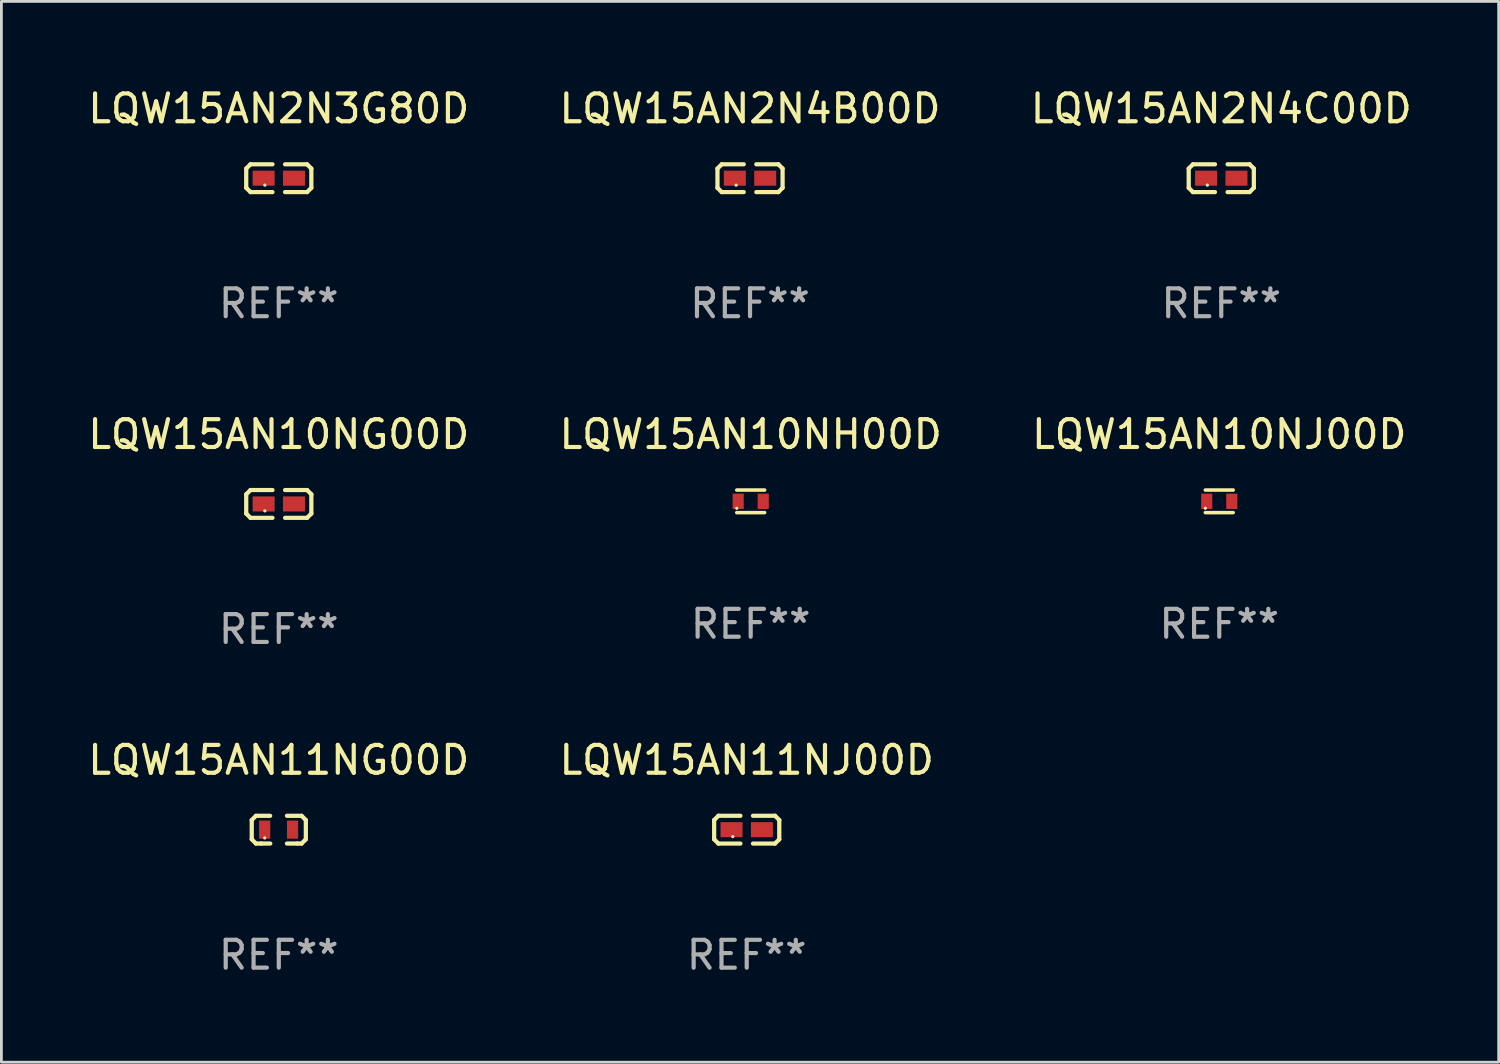
<source format=kicad_pcb>
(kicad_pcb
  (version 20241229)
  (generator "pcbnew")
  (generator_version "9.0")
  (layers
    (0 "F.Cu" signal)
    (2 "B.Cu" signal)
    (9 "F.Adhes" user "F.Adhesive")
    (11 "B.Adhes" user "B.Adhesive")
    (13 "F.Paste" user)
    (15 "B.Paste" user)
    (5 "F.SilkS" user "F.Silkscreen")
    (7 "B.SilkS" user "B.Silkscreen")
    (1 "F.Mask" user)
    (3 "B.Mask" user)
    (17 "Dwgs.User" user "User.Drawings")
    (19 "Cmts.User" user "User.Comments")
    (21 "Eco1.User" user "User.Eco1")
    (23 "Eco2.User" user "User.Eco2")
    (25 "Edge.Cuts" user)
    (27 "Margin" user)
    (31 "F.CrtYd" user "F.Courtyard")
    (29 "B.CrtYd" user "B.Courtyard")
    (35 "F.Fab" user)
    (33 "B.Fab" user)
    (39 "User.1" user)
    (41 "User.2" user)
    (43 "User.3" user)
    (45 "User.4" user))
  (footprint "LQW15AN2N3G80D"
    (layer "F.Cu")
    (at 6.958 3.347)
    (property "Reference" "LQW15AN2N3G80D" (at 0 -2.499 0) (layer "F.SilkS") (effects (font (size 1 1) (thickness 0.15))))
    (attr through_hole)
    (fp_line (start -1.169 -0.346) (end -1.016 -0.499) (stroke (width 0.152) (type solid)) (layer "F.SilkS"))
    (fp_line (start -1.169 0.346) (end -1.169 -0.346) (stroke (width 0.152) (type solid)) (layer "F.SilkS"))
    (fp_line (start -1.016 -0.499) (end -0.226 -0.499) (stroke (width 0.152) (type solid)) (layer "F.SilkS"))
    (fp_line (start -1.016 0.499) (end -1.169 0.346) (stroke (width 0.152) (type solid)) (layer "F.SilkS"))
    (fp_line (start -0.226 0.499) (end -1.016 0.499) (stroke (width 0.152) (type solid)) (layer "F.SilkS"))
    (fp_line (start 0.226 0.499) (end 1.016 0.499) (stroke (width 0.152) (type solid)) (layer "F.SilkS"))
    (fp_line (start 1.016 -0.499) (end 0.226 -0.499) (stroke (width 0.152) (type solid)) (layer "F.SilkS"))
    (fp_line (start 1.016 0.499) (end 1.169 0.346) (stroke (width 0.152) (type solid)) (layer "F.SilkS"))
    (fp_line (start 1.169 -0.346) (end 1.016 -0.499) (stroke (width 0.152) (type solid)) (layer "F.SilkS"))
    (fp_line (start 1.169 0.346) (end 1.169 -0.346) (stroke (width 0.152) (type solid)) (layer "F.SilkS"))
    (fp_circle (center -0.5 0.25) (end -0.47 0.25) (stroke (width 0.06) (type solid)) (fill no) (layer "F.SilkS"))
    (fp_text user "REF**" (at 0 4.499 0) (layer "F.Fab") (effects (font (size 1 1) (thickness 0.15))))
    (pad "1" smd rect (at -0.545 0) (size 0.79 0.54) (layers "F.Cu" "F.Mask" "F.Paste"))
    (pad "2" smd rect (at 0.545 0) (size 0.79 0.54) (layers "F.Cu" "F.Mask" "F.Paste")))
  (footprint "LQW15AN11NG00D"
    (layer "F.Cu")
    (at 6.958 26.734)
    (property "Reference" "LQW15AN11NG00D" (at 0 -2.498 0) (layer "F.SilkS") (effects (font (size 1 1) (thickness 0.15))))
    (attr through_hole)
    (fp_line (start -0.971 -0.345) (end -0.819 -0.498) (stroke (width 0.152) (type solid)) (layer "F.SilkS"))
    (fp_line (start -0.971 0.345) (end -0.971 -0.345) (stroke (width 0.152) (type solid)) (layer "F.SilkS"))
    (fp_line (start -0.819 -0.498) (end -0.31 -0.498) (stroke (width 0.152) (type solid)) (layer "F.SilkS"))
    (fp_line (start -0.819 0.498) (end -0.971 0.345) (stroke (width 0.152) (type solid)) (layer "F.SilkS"))
    (fp_line (start -0.636 0.498) (end -0.819 0.498) (stroke (width 0.152) (type solid)) (layer "F.SilkS"))
    (fp_line (start -0.636 0.498) (end -0.306 0.498) (stroke (width 0.152) (type solid)) (layer "F.SilkS"))
    (fp_line (start 0.664 0.498) (end 0.294 0.498) (stroke (width 0.152) (type solid)) (layer "F.SilkS"))
    (fp_line (start 0.664 0.498) (end 0.819 0.498) (stroke (width 0.152) (type solid)) (layer "F.SilkS"))
    (fp_line (start 0.819 -0.498) (end 0.294 -0.498) (stroke (width 0.152) (type solid)) (layer "F.SilkS"))
    (fp_line (start 0.819 0.498) (end 0.971 0.345) (stroke (width 0.152) (type solid)) (layer "F.SilkS"))
    (fp_line (start 0.971 -0.345) (end 0.819 -0.498) (stroke (width 0.152) (type solid)) (layer "F.SilkS"))
    (fp_line (start 0.971 0.345) (end 0.971 -0.345) (stroke (width 0.152) (type solid)) (layer "F.SilkS"))
    (fp_circle (center -0.506 0.298) (end -0.476 0.298) (stroke (width 0.06) (type solid)) (fill no) (layer "F.SilkS"))
    (fp_text user "REF**" (at 0 4.498 0) (layer "F.Fab") (effects (font (size 1 1) (thickness 0.15))))
    (pad "1" smd rect (at -0.506 -0.002 180) (size 0.4 0.65) (layers "F.Cu" "F.Mask" "F.Paste"))
    (pad "2" smd rect (at 0.494 -0.002) (size 0.4 0.65) (layers "F.Cu" "F.Mask" "F.Paste")))
  (footprint "LQW15AN10NG00D"
    (layer "F.Cu")
    (at 6.958 15.041)
    (property "Reference" "LQW15AN10NG00D" (at 0 -2.499 0) (layer "F.SilkS") (effects (font (size 1 1) (thickness 0.15))))
    (attr through_hole)
    (fp_line (start -1.169 -0.346) (end -1.016 -0.499) (stroke (width 0.152) (type solid)) (layer "F.SilkS"))
    (fp_line (start -1.169 0.346) (end -1.169 -0.346) (stroke (width 0.152) (type solid)) (layer "F.SilkS"))
    (fp_line (start -1.016 -0.499) (end -0.226 -0.499) (stroke (width 0.152) (type solid)) (layer "F.SilkS"))
    (fp_line (start -1.016 0.499) (end -1.169 0.346) (stroke (width 0.152) (type solid)) (layer "F.SilkS"))
    (fp_line (start -0.226 0.499) (end -1.016 0.499) (stroke (width 0.152) (type solid)) (layer "F.SilkS"))
    (fp_line (start 0.226 0.499) (end 1.016 0.499) (stroke (width 0.152) (type solid)) (layer "F.SilkS"))
    (fp_line (start 1.016 -0.499) (end 0.226 -0.499) (stroke (width 0.152) (type solid)) (layer "F.SilkS"))
    (fp_line (start 1.016 0.499) (end 1.169 0.346) (stroke (width 0.152) (type solid)) (layer "F.SilkS"))
    (fp_line (start 1.169 -0.346) (end 1.016 -0.499) (stroke (width 0.152) (type solid)) (layer "F.SilkS"))
    (fp_line (start 1.169 0.346) (end 1.169 -0.346) (stroke (width 0.152) (type solid)) (layer "F.SilkS"))
    (fp_circle (center -0.5 0.25) (end -0.47 0.25) (stroke (width 0.06) (type solid)) (fill no) (layer "F.SilkS"))
    (fp_text user "REF**" (at 0 4.499 0) (layer "F.Fab") (effects (font (size 1 1) (thickness 0.15))))
    (pad "1" smd rect (at -0.545 0) (size 0.79 0.54) (layers "F.Cu" "F.Mask" "F.Paste"))
    (pad "2" smd rect (at 0.545 0) (size 0.79 0.54) (layers "F.Cu" "F.Mask" "F.Paste")))
  (footprint "LQW15AN11NJ00D"
    (layer "F.Cu")
    (at 23.756 26.734)
    (property "Reference" "LQW15AN11NJ00D" (at 0 -2.499 0) (layer "F.SilkS") (effects (font (size 1 1) (thickness 0.15))))
    (attr through_hole)
    (fp_line (start -1.169 -0.346) (end -1.016 -0.499) (stroke (width 0.152) (type solid)) (layer "F.SilkS"))
    (fp_line (start -1.169 0.346) (end -1.169 -0.346) (stroke (width 0.152) (type solid)) (layer "F.SilkS"))
    (fp_line (start -1.016 -0.499) (end -0.226 -0.499) (stroke (width 0.152) (type solid)) (layer "F.SilkS"))
    (fp_line (start -1.016 0.499) (end -1.169 0.346) (stroke (width 0.152) (type solid)) (layer "F.SilkS"))
    (fp_line (start -0.226 0.499) (end -1.016 0.499) (stroke (width 0.152) (type solid)) (layer "F.SilkS"))
    (fp_line (start 0.226 0.499) (end 1.016 0.499) (stroke (width 0.152) (type solid)) (layer "F.SilkS"))
    (fp_line (start 1.016 -0.499) (end 0.226 -0.499) (stroke (width 0.152) (type solid)) (layer "F.SilkS"))
    (fp_line (start 1.016 0.499) (end 1.169 0.346) (stroke (width 0.152) (type solid)) (layer "F.SilkS"))
    (fp_line (start 1.169 -0.346) (end 1.016 -0.499) (stroke (width 0.152) (type solid)) (layer "F.SilkS"))
    (fp_line (start 1.169 0.346) (end 1.169 -0.346) (stroke (width 0.152) (type solid)) (layer "F.SilkS"))
    (fp_circle (center -0.5 0.25) (end -0.47 0.25) (stroke (width 0.06) (type solid)) (fill no) (layer "F.SilkS"))
    (fp_text user "REF**" (at 0 4.499 0) (layer "F.Fab") (effects (font (size 1 1) (thickness 0.15))))
    (pad "1" smd rect (at -0.545 0) (size 0.79 0.54) (layers "F.Cu" "F.Mask" "F.Paste"))
    (pad "2" smd rect (at 0.545 0) (size 0.79 0.54) (layers "F.Cu" "F.Mask" "F.Paste")))
  (footprint "LQW15AN2N4C00D"
    (layer "F.Cu")
    (at 40.792 3.347)
    (property "Reference" "LQW15AN2N4C00D" (at 0 -2.499 0) (layer "F.SilkS") (effects (font (size 1 1) (thickness 0.15))))
    (attr through_hole)
    (fp_line (start -1.169 -0.346) (end -1.016 -0.499) (stroke (width 0.152) (type solid)) (layer "F.SilkS"))
    (fp_line (start -1.169 0.346) (end -1.169 -0.346) (stroke (width 0.152) (type solid)) (layer "F.SilkS"))
    (fp_line (start -1.016 -0.499) (end -0.226 -0.499) (stroke (width 0.152) (type solid)) (layer "F.SilkS"))
    (fp_line (start -1.016 0.499) (end -1.169 0.346) (stroke (width 0.152) (type solid)) (layer "F.SilkS"))
    (fp_line (start -0.226 0.499) (end -1.016 0.499) (stroke (width 0.152) (type solid)) (layer "F.SilkS"))
    (fp_line (start 0.226 0.499) (end 1.016 0.499) (stroke (width 0.152) (type solid)) (layer "F.SilkS"))
    (fp_line (start 1.016 -0.499) (end 0.226 -0.499) (stroke (width 0.152) (type solid)) (layer "F.SilkS"))
    (fp_line (start 1.016 0.499) (end 1.169 0.346) (stroke (width 0.152) (type solid)) (layer "F.SilkS"))
    (fp_line (start 1.169 -0.346) (end 1.016 -0.499) (stroke (width 0.152) (type solid)) (layer "F.SilkS"))
    (fp_line (start 1.169 0.346) (end 1.169 -0.346) (stroke (width 0.152) (type solid)) (layer "F.SilkS"))
    (fp_circle (center -0.5 0.25) (end -0.47 0.25) (stroke (width 0.06) (type solid)) (fill no) (layer "F.SilkS"))
    (fp_text user "REF**" (at 0 4.499 0) (layer "F.Fab") (effects (font (size 1 1) (thickness 0.15))))
    (pad "1" smd rect (at -0.545 0) (size 0.79 0.54) (layers "F.Cu" "F.Mask" "F.Paste"))
    (pad "2" smd rect (at 0.545 0) (size 0.79 0.54) (layers "F.Cu" "F.Mask" "F.Paste")))
  (footprint "LQW15AN10NJ00D"
    (layer "F.Cu")
    (at 40.72 14.947)
    (property "Reference" "LQW15AN10NJ00D" (at 0 -2.405 0) (layer "F.SilkS") (effects (font (size 1 1) (thickness 0.15))))
    (attr through_hole)
    (fp_line (start -0.5 -0.405) (end 0.5 -0.405) (stroke (width 0.127) (type solid)) (layer "F.SilkS"))
    (fp_line (start -0.5 0.405) (end 0.5 0.405) (stroke (width 0.127) (type solid)) (layer "F.SilkS"))
    (fp_circle (center -0.5 0.25) (end -0.47 0.25) (stroke (width 0.06) (type solid)) (fill no) (layer "F.SilkS"))
    (fp_text user "REF**" (at 0 4.405 0) (layer "F.Fab") (effects (font (size 1 1) (thickness 0.15))))
    (pad "1" smd rect (at -0.45 0 90) (size 0.55 0.4) (layers "F.Cu" "F.Mask" "F.Paste"))
    (pad "2" smd rect (at 0.45 0 90) (size 0.55 0.4) (layers "F.Cu" "F.Mask" "F.Paste")))
  (footprint "LQW15AN10NH00D"
    (layer "F.Cu")
    (at 23.899 14.947)
    (property "Reference" "LQW15AN10NH00D" (at 0 -2.405 0) (layer "F.SilkS") (effects (font (size 1 1) (thickness 0.15))))
    (attr through_hole)
    (fp_line (start -0.5 -0.405) (end 0.5 -0.405) (stroke (width 0.127) (type solid)) (layer "F.SilkS"))
    (fp_line (start -0.5 0.405) (end 0.5 0.405) (stroke (width 0.127) (type solid)) (layer "F.SilkS"))
    (fp_circle (center -0.5 0.25) (end -0.47 0.25) (stroke (width 0.06) (type solid)) (fill no) (layer "F.SilkS"))
    (fp_text user "REF**" (at 0 4.405 0) (layer "F.Fab") (effects (font (size 1 1) (thickness 0.15))))
    (pad "1" smd rect (at -0.45 0 90) (size 0.55 0.4) (layers "F.Cu" "F.Mask" "F.Paste"))
    (pad "2" smd rect (at 0.45 0 90) (size 0.55 0.4) (layers "F.Cu" "F.Mask" "F.Paste")))
  (footprint "LQW15AN2N4B00D"
    (layer "F.Cu")
    (at 23.875 3.347)
    (property "Reference" "LQW15AN2N4B00D" (at 0 -2.499 0) (layer "F.SilkS") (effects (font (size 1 1) (thickness 0.15))))
    (attr through_hole)
    (fp_line (start -1.169 -0.346) (end -1.016 -0.499) (stroke (width 0.152) (type solid)) (layer "F.SilkS"))
    (fp_line (start -1.169 0.346) (end -1.169 -0.346) (stroke (width 0.152) (type solid)) (layer "F.SilkS"))
    (fp_line (start -1.016 -0.499) (end -0.226 -0.499) (stroke (width 0.152) (type solid)) (layer "F.SilkS"))
    (fp_line (start -1.016 0.499) (end -1.169 0.346) (stroke (width 0.152) (type solid)) (layer "F.SilkS"))
    (fp_line (start -0.226 0.499) (end -1.016 0.499) (stroke (width 0.152) (type solid)) (layer "F.SilkS"))
    (fp_line (start 0.226 0.499) (end 1.016 0.499) (stroke (width 0.152) (type solid)) (layer "F.SilkS"))
    (fp_line (start 1.016 -0.499) (end 0.226 -0.499) (stroke (width 0.152) (type solid)) (layer "F.SilkS"))
    (fp_line (start 1.016 0.499) (end 1.169 0.346) (stroke (width 0.152) (type solid)) (layer "F.SilkS"))
    (fp_line (start 1.169 -0.346) (end 1.016 -0.499) (stroke (width 0.152) (type solid)) (layer "F.SilkS"))
    (fp_line (start 1.169 0.346) (end 1.169 -0.346) (stroke (width 0.152) (type solid)) (layer "F.SilkS"))
    (fp_circle (center -0.5 0.25) (end -0.47 0.25) (stroke (width 0.06) (type solid)) (fill no) (layer "F.SilkS"))
    (fp_text user "REF**" (at 0 4.499 0) (layer "F.Fab") (effects (font (size 1 1) (thickness 0.15))))
    (pad "1" smd rect (at -0.545 0) (size 0.79 0.54) (layers "F.Cu" "F.Mask" "F.Paste"))
    (pad "2" smd rect (at 0.545 0) (size 0.79 0.54) (layers "F.Cu" "F.Mask" "F.Paste")))
  (gr_rect
    (start -3 -3)
    (end 50.75 35.081)
    (stroke (width 0.1) (type default))
    (fill no)
    (layer "Edge.Cuts")))
</source>
